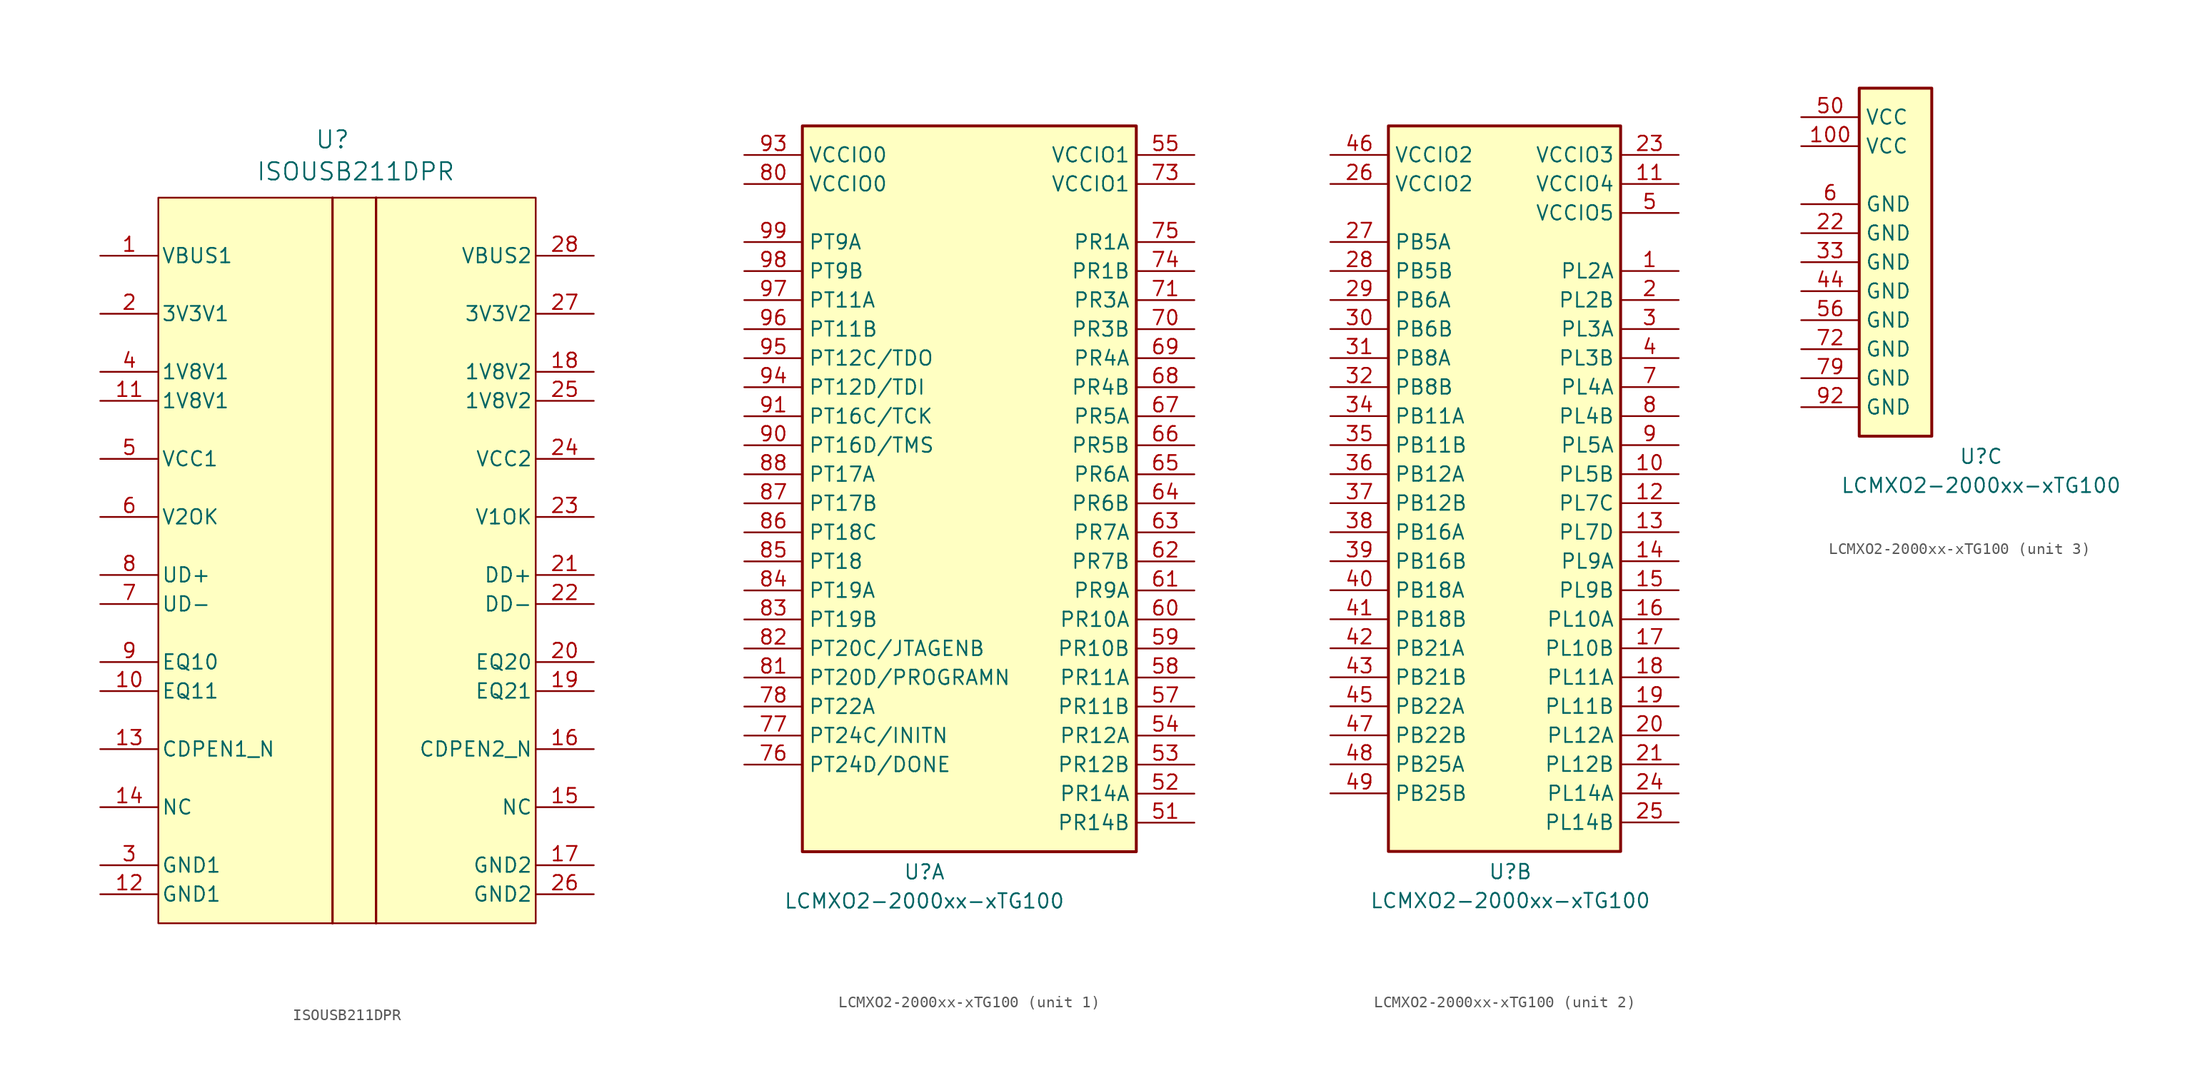
<source format=kicad_sym>
(kicad_symbol_lib
  (version 20241209)
  (generator "kicad_symbol_editor")
  (generator_version "9.0")
  (symbol "ISOUSB211DPR"
    (pin_names
      (offset 0.254))
    (property "Reference" "U"
      (at 20.32 10.16 0)
      (effects (font (size 1.524 1.524))))
    (property "Value" "ISOUSB211DPR"
      (at 22.352 7.366 0)
      (effects (font (size 1.524 1.524))))
    (symbol "ISOUSB211DPR_0_1"
      (polyline (pts (xy 20.32 5.08) (xy 20.32 -58.42)) (stroke (width 0.203) (type default)) (fill (type none)))
      (polyline (pts (xy 24.13 5.08) (xy 24.13 -58.42)) (stroke (width 0.203) (type default)) (fill (type none)))
      (pin power_in line (at 0 0 0) (length 5.08) (name "VBUS1" (effects (font (size 1.27 1.27)))) (number "1" (effects (font (size 1.27 1.27)))))
      (pin power_in line (at 0 -17.78 0) (length 5.08) (name "VCC1" (effects (font (size 1.27 1.27)))) (number "5" (effects (font (size 1.27 1.27)))))
      (pin output line (at 0 -22.86 0) (length 5.08) (name "V2OK" (effects (font (size 1.27 1.27)))) (number "6" (effects (font (size 1.27 1.27)))))
      (pin bidirectional line (at 0 -27.94 0) (length 5.08) (name "UD+" (effects (font (size 1.27 1.27)))) (number "8" (effects (font (size 1.27 1.27)))))
      (pin bidirectional line (at 0 -30.48 0) (length 5.08) (name "UD-" (effects (font (size 1.27 1.27)))) (number "7" (effects (font (size 1.27 1.27)))))
      (pin input line (at 0 -35.56 0) (length 5.08) (name "EQ10" (effects (font (size 1.27 1.27)))) (number "9" (effects (font (size 1.27 1.27)))))
      (pin input line (at 0 -38.1 0) (length 5.08) (name "EQ11" (effects (font (size 1.27 1.27)))) (number "10" (effects (font (size 1.27 1.27)))))
      (pin input line (at 0 -43.18 0) (length 5.08) (name "CDPEN1_N" (effects (font (size 1.27 1.27)))) (number "13" (effects (font (size 1.27 1.27)))))
      (pin unspecified line (at 0 -48.26 0) (length 5.08) (name "NC" (effects (font (size 1.27 1.27)))) (number "14" (effects (font (size 1.27 1.27)))))
      (pin power_in line (at 0 -53.34 0) (length 5.08) (name "GND1" (effects (font (size 1.27 1.27)))) (number "3" (effects (font (size 1.27 1.27)))))
      (pin power_in line (at 0 -55.88 0) (length 5.08) (name "GND1" (effects (font (size 1.27 1.27)))) (number "12" (effects (font (size 1.27 1.27)))))
      (pin power_in line (at 43.18 0 180) (length 5.08) (name "VBUS2" (effects (font (size 1.27 1.27)))) (number "28" (effects (font (size 1.27 1.27)))))
      (pin power_in line (at 43.18 -17.78 180) (length 5.08) (name "VCC2" (effects (font (size 1.27 1.27)))) (number "24" (effects (font (size 1.27 1.27)))))
      (pin output line (at 43.18 -22.86 180) (length 5.08) (name "V1OK" (effects (font (size 1.27 1.27)))) (number "23" (effects (font (size 1.27 1.27)))))
      (pin bidirectional line (at 43.18 -27.94 180) (length 5.08) (name "DD+" (effects (font (size 1.27 1.27)))) (number "21" (effects (font (size 1.27 1.27)))))
      (pin bidirectional line (at 43.18 -30.48 180) (length 5.08) (name "DD-" (effects (font (size 1.27 1.27)))) (number "22" (effects (font (size 1.27 1.27)))))
      (pin input line (at 43.18 -35.56 180) (length 5.08) (name "EQ20" (effects (font (size 1.27 1.27)))) (number "20" (effects (font (size 1.27 1.27)))))
      (pin input line (at 43.18 -38.1 180) (length 5.08) (name "EQ21" (effects (font (size 1.27 1.27)))) (number "19" (effects (font (size 1.27 1.27)))))
      (pin input line (at 43.18 -43.18 180) (length 5.08) (name "CDPEN2_N" (effects (font (size 1.27 1.27)))) (number "16" (effects (font (size 1.27 1.27)))))
      (pin unspecified line (at 43.18 -48.26 180) (length 5.08) (name "NC" (effects (font (size 1.27 1.27)))) (number "15" (effects (font (size 1.27 1.27)))))
      (pin power_in line (at 43.18 -53.34 180) (length 5.08) (name "GND2" (effects (font (size 1.27 1.27)))) (number "17" (effects (font (size 1.27 1.27)))))
      (pin power_in line (at 43.18 -55.88 180) (length 5.08) (name "GND2" (effects (font (size 1.27 1.27)))) (number "26" (effects (font (size 1.27 1.27))))))
    (symbol "ISOUSB211DPR_1_1"
      (rectangle (start 5.08 5.08) (end 38.1 -58.42) (stroke (width 0) (type solid)) (fill (type background)))
      (pin power_in line (at 0 -5.08 0) (length 5.08) (name "3V3V1" (effects (font (size 1.27 1.27)))) (number "2" (effects (font (size 1.27 1.27)))))
      (pin power_in line (at 0 -10.16 0) (length 5.08) (name "1V8V1" (effects (font (size 1.27 1.27)))) (number "4" (effects (font (size 1.27 1.27)))))
      (pin power_in line (at 0 -12.7 0) (length 5.08) (name "1V8V1" (effects (font (size 1.27 1.27)))) (number "11" (effects (font (size 1.27 1.27)))))
      (pin power_in line (at 43.18 -5.08 180) (length 5.08) (name "3V3V2" (effects (font (size 1.27 1.27)))) (number "27" (effects (font (size 1.27 1.27)))))
      (pin power_in line (at 43.18 -10.16 180) (length 5.08) (name "1V8V2" (effects (font (size 1.27 1.27)))) (number "18" (effects (font (size 1.27 1.27)))))
      (pin power_in line (at 43.18 -12.7 180) (length 5.08) (name "1V8V2" (effects (font (size 1.27 1.27)))) (number "25" (effects (font (size 1.27 1.27)))))))
  (symbol "LCMXO2-2000xx-xTG100"
    (property "Reference" "U"
      (at 10.668 -1.778 0)
      (effects (font (size 1.27 1.27))))
    (property "Value" "LCMXO2-2000xx-xTG100"
      (at 10.668 -4.318 0)
      (effects (font (size 1.27 1.27))))
    (property "ki_locked" ""
      (at 0 0 0)
      (effects (font (size 1.27 1.27))))
    (symbol "LCMXO2-2000xx-xTG100_1_1"
      (rectangle (start 0 63.5) (end 29.21 0) (stroke (width 0.254) (type default)) (fill (type background)))
      (pin power_in line (at -5.08 60.96 0) (length 5.08) (name "VCCIO0" (effects (font (size 1.27 1.27)))) (number "93" (effects (font (size 1.27 1.27)))))
      (pin power_in line (at -5.08 58.42 0) (length 5.08) (name "VCCIO0" (effects (font (size 1.27 1.27)))) (number "80" (effects (font (size 1.27 1.27)))))
      (pin bidirectional line (at -5.08 53.34 0) (length 5.08) (name "PT9A" (effects (font (size 1.27 1.27)))) (number "99" (effects (font (size 1.27 1.27)))))
      (pin bidirectional line (at -5.08 50.8 0) (length 5.08) (name "PT9B" (effects (font (size 1.27 1.27)))) (number "98" (effects (font (size 1.27 1.27)))))
      (pin bidirectional line (at -5.08 48.26 0) (length 5.08) (name "PT11A" (effects (font (size 1.27 1.27)))) (number "97" (effects (font (size 1.27 1.27)))))
      (pin bidirectional line (at -5.08 45.72 0) (length 5.08) (name "PT11B" (effects (font (size 1.27 1.27)))) (number "96" (effects (font (size 1.27 1.27)))))
      (pin bidirectional line (at -5.08 43.18 0) (length 5.08) (name "PT12C/TDO" (effects (font (size 1.27 1.27)))) (number "95" (effects (font (size 1.27 1.27)))))
      (pin bidirectional line (at -5.08 40.64 0) (length 5.08) (name "PT12D/TDI" (effects (font (size 1.27 1.27)))) (number "94" (effects (font (size 1.27 1.27)))))
      (pin bidirectional line (at -5.08 38.1 0) (length 5.08) (name "PT16C/TCK" (effects (font (size 1.27 1.27)))) (number "91" (effects (font (size 1.27 1.27)))))
      (pin bidirectional line (at -5.08 35.56 0) (length 5.08) (name "PT16D/TMS" (effects (font (size 1.27 1.27)))) (number "90" (effects (font (size 1.27 1.27)))))
      (pin bidirectional line (at -5.08 33.02 0) (length 5.08) (name "PT17A" (effects (font (size 1.27 1.27)))) (number "88" (effects (font (size 1.27 1.27)))))
      (pin bidirectional line (at -5.08 30.48 0) (length 5.08) (name "PT17B" (effects (font (size 1.27 1.27)))) (number "87" (effects (font (size 1.27 1.27)))))
      (pin bidirectional line (at -5.08 27.94 0) (length 5.08) (name "PT18C" (effects (font (size 1.27 1.27)))) (number "86" (effects (font (size 1.27 1.27)))))
      (pin bidirectional line (at -5.08 25.4 0) (length 5.08) (name "PT18" (effects (font (size 1.27 1.27)))) (number "85" (effects (font (size 1.27 1.27)))))
      (pin bidirectional line (at -5.08 22.86 0) (length 5.08) (name "PT19A" (effects (font (size 1.27 1.27)))) (number "84" (effects (font (size 1.27 1.27)))))
      (pin bidirectional line (at -5.08 20.32 0) (length 5.08) (name "PT19B" (effects (font (size 1.27 1.27)))) (number "83" (effects (font (size 1.27 1.27)))))
      (pin bidirectional line (at -5.08 17.78 0) (length 5.08) (name "PT20C/JTAGENB" (effects (font (size 1.27 1.27)))) (number "82" (effects (font (size 1.27 1.27)))))
      (pin bidirectional line (at -5.08 15.24 0) (length 5.08) (name "PT20D/PROGRAMN" (effects (font (size 1.27 1.27)))) (number "81" (effects (font (size 1.27 1.27)))))
      (pin bidirectional line (at -5.08 12.7 0) (length 5.08) (name "PT22A" (effects (font (size 1.27 1.27)))) (number "78" (effects (font (size 1.27 1.27)))))
      (pin bidirectional line (at -5.08 10.16 0) (length 5.08) (name "PT24C/INITN" (effects (font (size 1.27 1.27)))) (number "77" (effects (font (size 1.27 1.27)))))
      (pin bidirectional line (at -5.08 7.62 0) (length 5.08) (name "PT24D/DONE" (effects (font (size 1.27 1.27)))) (number "76" (effects (font (size 1.27 1.27)))))
      (pin no_connect line (at -5.08 5.08 0) (length 5.08) (hide yes) (name "NC" (effects (font (size 1.27 1.27)))) (number "89" (effects (font (size 1.27 1.27)))))
      (pin power_in line (at 34.29 60.96 180) (length 5.08) (name "VCCIO1" (effects (font (size 1.27 1.27)))) (number "55" (effects (font (size 1.27 1.27)))))
      (pin power_in line (at 34.29 58.42 180) (length 5.08) (name "VCCIO1" (effects (font (size 1.27 1.27)))) (number "73" (effects (font (size 1.27 1.27)))))
      (pin bidirectional line (at 34.29 53.34 180) (length 5.08) (name "PR1A" (effects (font (size 1.27 1.27)))) (number "75" (effects (font (size 1.27 1.27)))))
      (pin bidirectional line (at 34.29 50.8 180) (length 5.08) (name "PR1B" (effects (font (size 1.27 1.27)))) (number "74" (effects (font (size 1.27 1.27)))))
      (pin bidirectional line (at 34.29 48.26 180) (length 5.08) (name "PR3A" (effects (font (size 1.27 1.27)))) (number "71" (effects (font (size 1.27 1.27)))))
      (pin bidirectional line (at 34.29 45.72 180) (length 5.08) (name "PR3B" (effects (font (size 1.27 1.27)))) (number "70" (effects (font (size 1.27 1.27)))))
      (pin bidirectional line (at 34.29 43.18 180) (length 5.08) (name "PR4A" (effects (font (size 1.27 1.27)))) (number "69" (effects (font (size 1.27 1.27)))))
      (pin bidirectional line (at 34.29 40.64 180) (length 5.08) (name "PR4B" (effects (font (size 1.27 1.27)))) (number "68" (effects (font (size 1.27 1.27)))))
      (pin bidirectional line (at 34.29 38.1 180) (length 5.08) (name "PR5A" (effects (font (size 1.27 1.27)))) (number "67" (effects (font (size 1.27 1.27)))))
      (pin bidirectional line (at 34.29 35.56 180) (length 5.08) (name "PR5B" (effects (font (size 1.27 1.27)))) (number "66" (effects (font (size 1.27 1.27)))))
      (pin bidirectional line (at 34.29 33.02 180) (length 5.08) (name "PR6A" (effects (font (size 1.27 1.27)))) (number "65" (effects (font (size 1.27 1.27)))))
      (pin bidirectional line (at 34.29 30.48 180) (length 5.08) (name "PR6B" (effects (font (size 1.27 1.27)))) (number "64" (effects (font (size 1.27 1.27)))))
      (pin bidirectional line (at 34.29 27.94 180) (length 5.08) (name "PR7A" (effects (font (size 1.27 1.27)))) (number "63" (effects (font (size 1.27 1.27)))))
      (pin bidirectional line (at 34.29 25.4 180) (length 5.08) (name "PR7B" (effects (font (size 1.27 1.27)))) (number "62" (effects (font (size 1.27 1.27)))))
      (pin bidirectional line (at 34.29 22.86 180) (length 5.08) (name "PR9A" (effects (font (size 1.27 1.27)))) (number "61" (effects (font (size 1.27 1.27)))))
      (pin bidirectional line (at 34.29 20.32 180) (length 5.08) (name "PR10A" (effects (font (size 1.27 1.27)))) (number "60" (effects (font (size 1.27 1.27)))))
      (pin bidirectional line (at 34.29 17.78 180) (length 5.08) (name "PR10B" (effects (font (size 1.27 1.27)))) (number "59" (effects (font (size 1.27 1.27)))))
      (pin bidirectional line (at 34.29 15.24 180) (length 5.08) (name "PR11A" (effects (font (size 1.27 1.27)))) (number "58" (effects (font (size 1.27 1.27)))))
      (pin bidirectional line (at 34.29 12.7 180) (length 5.08) (name "PR11B" (effects (font (size 1.27 1.27)))) (number "57" (effects (font (size 1.27 1.27)))))
      (pin bidirectional line (at 34.29 10.16 180) (length 5.08) (name "PR12A" (effects (font (size 1.27 1.27)))) (number "54" (effects (font (size 1.27 1.27)))))
      (pin bidirectional line (at 34.29 7.62 180) (length 5.08) (name "PR12B" (effects (font (size 1.27 1.27)))) (number "53" (effects (font (size 1.27 1.27)))))
      (pin bidirectional line (at 34.29 5.08 180) (length 5.08) (name "PR14A" (effects (font (size 1.27 1.27)))) (number "52" (effects (font (size 1.27 1.27)))))
      (pin bidirectional line (at 34.29 2.54 180) (length 5.08) (name "PR14B" (effects (font (size 1.27 1.27)))) (number "51" (effects (font (size 1.27 1.27))))))
    (symbol "LCMXO2-2000xx-xTG100_2_1"
      (rectangle (start 0 63.5) (end 20.32 0) (stroke (width 0.254) (type default)) (fill (type background)))
      (pin power_in line (at -5.08 60.96 0) (length 5.08) (name "VCCIO2" (effects (font (size 1.27 1.27)))) (number "46" (effects (font (size 1.27 1.27)))))
      (pin power_in line (at -5.08 58.42 0) (length 5.08) (name "VCCIO2" (effects (font (size 1.27 1.27)))) (number "26" (effects (font (size 1.27 1.27)))))
      (pin bidirectional line (at -5.08 53.34 0) (length 5.08) (name "PB5A" (effects (font (size 1.27 1.27)))) (number "27" (effects (font (size 1.27 1.27)))))
      (pin bidirectional line (at -5.08 50.8 0) (length 5.08) (name "PB5B" (effects (font (size 1.27 1.27)))) (number "28" (effects (font (size 1.27 1.27)))))
      (pin bidirectional line (at -5.08 48.26 0) (length 5.08) (name "PB6A" (effects (font (size 1.27 1.27)))) (number "29" (effects (font (size 1.27 1.27)))))
      (pin bidirectional line (at -5.08 45.72 0) (length 5.08) (name "PB6B" (effects (font (size 1.27 1.27)))) (number "30" (effects (font (size 1.27 1.27)))))
      (pin bidirectional line (at -5.08 43.18 0) (length 5.08) (name "PB8A" (effects (font (size 1.27 1.27)))) (number "31" (effects (font (size 1.27 1.27)))))
      (pin bidirectional line (at -5.08 40.64 0) (length 5.08) (name "PB8B" (effects (font (size 1.27 1.27)))) (number "32" (effects (font (size 1.27 1.27)))))
      (pin bidirectional line (at -5.08 38.1 0) (length 5.08) (name "PB11A" (effects (font (size 1.27 1.27)))) (number "34" (effects (font (size 1.27 1.27)))))
      (pin bidirectional line (at -5.08 35.56 0) (length 5.08) (name "PB11B" (effects (font (size 1.27 1.27)))) (number "35" (effects (font (size 1.27 1.27)))))
      (pin bidirectional line (at -5.08 33.02 0) (length 5.08) (name "PB12A" (effects (font (size 1.27 1.27)))) (number "36" (effects (font (size 1.27 1.27)))))
      (pin bidirectional line (at -5.08 30.48 0) (length 5.08) (name "PB12B" (effects (font (size 1.27 1.27)))) (number "37" (effects (font (size 1.27 1.27)))))
      (pin bidirectional line (at -5.08 27.94 0) (length 5.08) (name "PB16A" (effects (font (size 1.27 1.27)))) (number "38" (effects (font (size 1.27 1.27)))))
      (pin bidirectional line (at -5.08 25.4 0) (length 5.08) (name "PB16B" (effects (font (size 1.27 1.27)))) (number "39" (effects (font (size 1.27 1.27)))))
      (pin bidirectional line (at -5.08 22.86 0) (length 5.08) (name "PB18A" (effects (font (size 1.27 1.27)))) (number "40" (effects (font (size 1.27 1.27)))))
      (pin bidirectional line (at -5.08 20.32 0) (length 5.08) (name "PB18B" (effects (font (size 1.27 1.27)))) (number "41" (effects (font (size 1.27 1.27)))))
      (pin bidirectional line (at -5.08 17.78 0) (length 5.08) (name "PB21A" (effects (font (size 1.27 1.27)))) (number "42" (effects (font (size 1.27 1.27)))))
      (pin bidirectional line (at -5.08 15.24 0) (length 5.08) (name "PB21B" (effects (font (size 1.27 1.27)))) (number "43" (effects (font (size 1.27 1.27)))))
      (pin bidirectional line (at -5.08 12.7 0) (length 5.08) (name "PB22A" (effects (font (size 1.27 1.27)))) (number "45" (effects (font (size 1.27 1.27)))))
      (pin bidirectional line (at -5.08 10.16 0) (length 5.08) (name "PB22B" (effects (font (size 1.27 1.27)))) (number "47" (effects (font (size 1.27 1.27)))))
      (pin bidirectional line (at -5.08 7.62 0) (length 5.08) (name "PB25A" (effects (font (size 1.27 1.27)))) (number "48" (effects (font (size 1.27 1.27)))))
      (pin bidirectional line (at -5.08 5.08 0) (length 5.08) (name "PB25B" (effects (font (size 1.27 1.27)))) (number "49" (effects (font (size 1.27 1.27)))))
      (pin power_in line (at 25.4 60.96 180) (length 5.08) (name "VCCIO3" (effects (font (size 1.27 1.27)))) (number "23" (effects (font (size 1.27 1.27)))))
      (pin power_in line (at 25.4 58.42 180) (length 5.08) (name "VCCIO4" (effects (font (size 1.27 1.27)))) (number "11" (effects (font (size 1.27 1.27)))))
      (pin power_in line (at 25.4 55.88 180) (length 5.08) (name "VCCIO5" (effects (font (size 1.27 1.27)))) (number "5" (effects (font (size 1.27 1.27)))))
      (pin bidirectional line (at 25.4 50.8 180) (length 5.08) (name "PL2A" (effects (font (size 1.27 1.27)))) (number "1" (effects (font (size 1.27 1.27)))))
      (pin bidirectional line (at 25.4 48.26 180) (length 5.08) (name "PL2B" (effects (font (size 1.27 1.27)))) (number "2" (effects (font (size 1.27 1.27)))))
      (pin bidirectional line (at 25.4 45.72 180) (length 5.08) (name "PL3A" (effects (font (size 1.27 1.27)))) (number "3" (effects (font (size 1.27 1.27)))))
      (pin bidirectional line (at 25.4 43.18 180) (length 5.08) (name "PL3B" (effects (font (size 1.27 1.27)))) (number "4" (effects (font (size 1.27 1.27)))))
      (pin bidirectional line (at 25.4 40.64 180) (length 5.08) (name "PL4A" (effects (font (size 1.27 1.27)))) (number "7" (effects (font (size 1.27 1.27)))))
      (pin bidirectional line (at 25.4 38.1 180) (length 5.08) (name "PL4B" (effects (font (size 1.27 1.27)))) (number "8" (effects (font (size 1.27 1.27)))))
      (pin bidirectional line (at 25.4 35.56 180) (length 5.08) (name "PL5A" (effects (font (size 1.27 1.27)))) (number "9" (effects (font (size 1.27 1.27)))))
      (pin bidirectional line (at 25.4 33.02 180) (length 5.08) (name "PL5B" (effects (font (size 1.27 1.27)))) (number "10" (effects (font (size 1.27 1.27)))))
      (pin bidirectional line (at 25.4 30.48 180) (length 5.08) (name "PL7C" (effects (font (size 1.27 1.27)))) (number "12" (effects (font (size 1.27 1.27)))))
      (pin bidirectional line (at 25.4 27.94 180) (length 5.08) (name "PL7D" (effects (font (size 1.27 1.27)))) (number "13" (effects (font (size 1.27 1.27)))))
      (pin bidirectional line (at 25.4 25.4 180) (length 5.08) (name "PL9A" (effects (font (size 1.27 1.27)))) (number "14" (effects (font (size 1.27 1.27)))))
      (pin bidirectional line (at 25.4 22.86 180) (length 5.08) (name "PL9B" (effects (font (size 1.27 1.27)))) (number "15" (effects (font (size 1.27 1.27)))))
      (pin bidirectional line (at 25.4 20.32 180) (length 5.08) (name "PL10A" (effects (font (size 1.27 1.27)))) (number "16" (effects (font (size 1.27 1.27)))))
      (pin bidirectional line (at 25.4 17.78 180) (length 5.08) (name "PL10B" (effects (font (size 1.27 1.27)))) (number "17" (effects (font (size 1.27 1.27)))))
      (pin bidirectional line (at 25.4 15.24 180) (length 5.08) (name "PL11A" (effects (font (size 1.27 1.27)))) (number "18" (effects (font (size 1.27 1.27)))))
      (pin bidirectional line (at 25.4 12.7 180) (length 5.08) (name "PL11B" (effects (font (size 1.27 1.27)))) (number "19" (effects (font (size 1.27 1.27)))))
      (pin bidirectional line (at 25.4 10.16 180) (length 5.08) (name "PL12A" (effects (font (size 1.27 1.27)))) (number "20" (effects (font (size 1.27 1.27)))))
      (pin bidirectional line (at 25.4 7.62 180) (length 5.08) (name "PL12B" (effects (font (size 1.27 1.27)))) (number "21" (effects (font (size 1.27 1.27)))))
      (pin bidirectional line (at 25.4 5.08 180) (length 5.08) (name "PL14A" (effects (font (size 1.27 1.27)))) (number "24" (effects (font (size 1.27 1.27)))))
      (pin bidirectional line (at 25.4 2.54 180) (length 5.08) (name "PL14B" (effects (font (size 1.27 1.27)))) (number "25" (effects (font (size 1.27 1.27))))))
    (symbol "LCMXO2-2000xx-xTG100_3_1"
      (rectangle (start 0 30.48) (end 6.35 0) (stroke (width 0.254) (type default)) (fill (type background)))
      (pin power_in line (at -5.08 27.94 0) (length 5.08) (name "VCC" (effects (font (size 1.27 1.27)))) (number "50" (effects (font (size 1.27 1.27)))))
      (pin power_in line (at -5.08 25.4 0) (length 5.08) (name "VCC" (effects (font (size 1.27 1.27)))) (number "100" (effects (font (size 1.27 1.27)))))
      (pin power_in line (at -5.08 20.32 0) (length 5.08) (name "GND" (effects (font (size 1.27 1.27)))) (number "6" (effects (font (size 1.27 1.27)))))
      (pin power_in line (at -5.08 17.78 0) (length 5.08) (name "GND" (effects (font (size 1.27 1.27)))) (number "22" (effects (font (size 1.27 1.27)))))
      (pin power_in line (at -5.08 15.24 0) (length 5.08) (name "GND" (effects (font (size 1.27 1.27)))) (number "33" (effects (font (size 1.27 1.27)))))
      (pin power_in line (at -5.08 12.7 0) (length 5.08) (name "GND" (effects (font (size 1.27 1.27)))) (number "44" (effects (font (size 1.27 1.27)))))
      (pin power_in line (at -5.08 10.16 0) (length 5.08) (name "GND" (effects (font (size 1.27 1.27)))) (number "56" (effects (font (size 1.27 1.27)))))
      (pin power_in line (at -5.08 7.62 0) (length 5.08) (name "GND" (effects (font (size 1.27 1.27)))) (number "72" (effects (font (size 1.27 1.27)))))
      (pin power_in line (at -5.08 5.08 0) (length 5.08) (name "GND" (effects (font (size 1.27 1.27)))) (number "79" (effects (font (size 1.27 1.27)))))
      (pin power_in line (at -5.08 2.54 0) (length 5.08) (name "GND" (effects (font (size 1.27 1.27)))) (number "92" (effects (font (size 1.27 1.27))))))))
</source>
